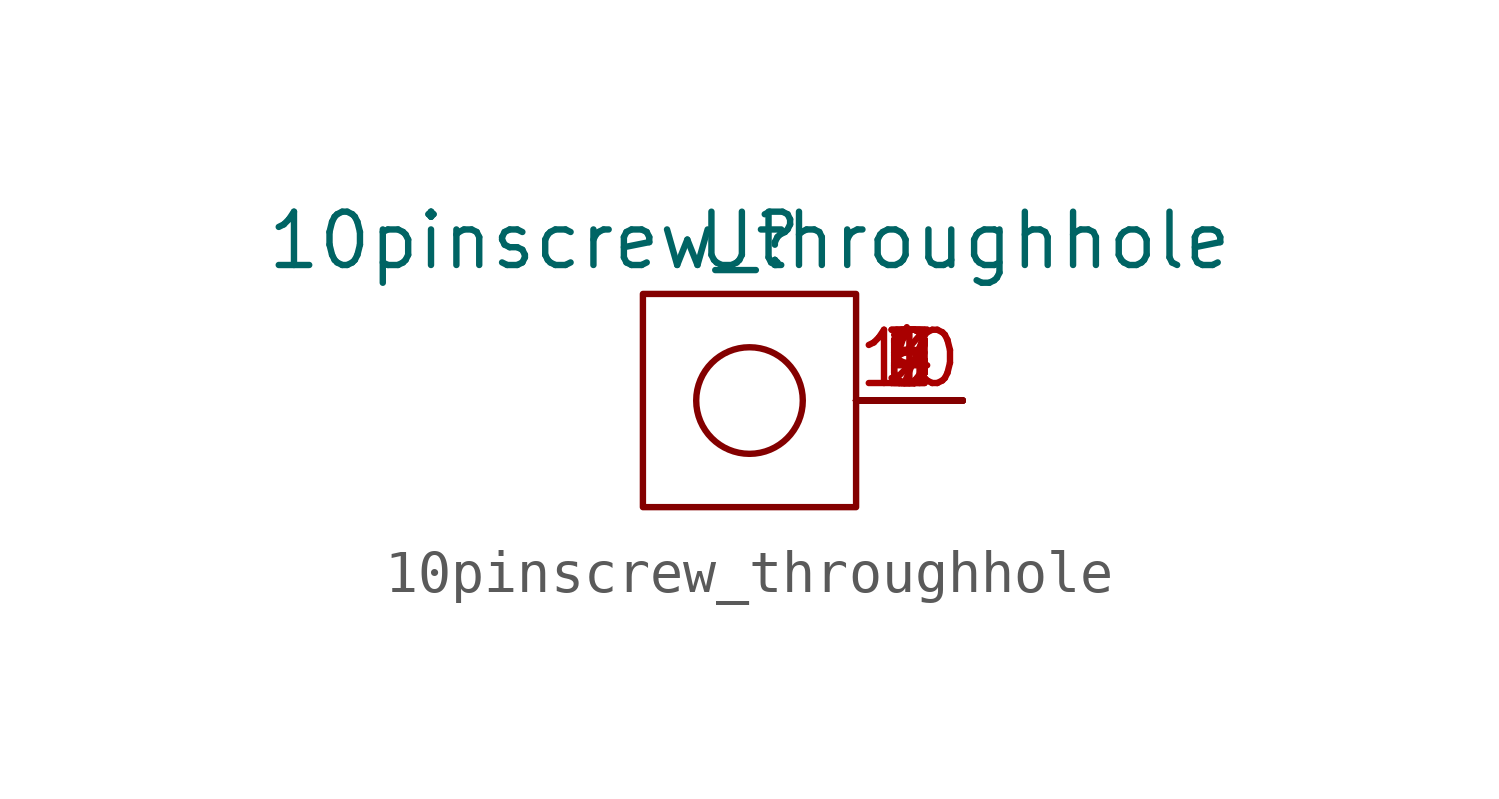
<source format=kicad_sym>
(kicad_symbol_lib
  (version 20220914)
  (generator kicad_symbol_editor)
  (symbol "10pinscrew_throughhole"
    (property "Reference" "U"
      (at 0 0 0)
      (effects (font (size 1.27 1.27))))
    (property "Value" "10pinscrew_throughhole"
      (at 0 0 0)
      (effects (font (size 1.27 1.27))))
    (symbol "10pinscrew_throughhole_0_0"
      (pin unspecified line (at 5.08 -3.81 180) (length 2.54) (name "" (effects (font (size 1.27 1.27)))) (number "1" (effects (font (size 1.27 1.27)))))
      (pin unspecified line (at 5.08 -3.81 180) (length 2.54) (name "" (effects (font (size 1.27 1.27)))) (number "2" (effects (font (size 1.27 1.27)))))
      (pin unspecified line (at 5.08 -3.81 180) (length 2.54) (name "" (effects (font (size 1.27 1.27)))) (number "3" (effects (font (size 1.27 1.27)))))
      (pin unspecified line (at 5.08 -3.81 180) (length 2.54) (name "" (effects (font (size 1.27 1.27)))) (number "4" (effects (font (size 1.27 1.27)))))
      (pin unspecified line (at 5.08 -3.81 180) (length 2.54) (name "" (effects (font (size 1.27 1.27)))) (number "5" (effects (font (size 1.27 1.27)))))
      (pin unspecified line (at 5.08 -3.81 180) (length 2.54) (name "" (effects (font (size 1.27 1.27)))) (number "6" (effects (font (size 1.27 1.27)))))
      (pin unspecified line (at 5.08 -3.81 180) (length 2.54) (name "" (effects (font (size 1.27 1.27)))) (number "7" (effects (font (size 1.27 1.27)))))
      (pin unspecified line (at 5.08 -3.81 180) (length 2.54) (name "" (effects (font (size 1.27 1.27)))) (number "8" (effects (font (size 1.27 1.27)))))
      (pin unspecified line (at 5.08 -3.81 180) (length 2.54) (name "" (effects (font (size 1.27 1.27)))) (number "9" (effects (font (size 1.27 1.27))))))
    (symbol "10pinscrew_throughhole_0_1"
      (rectangle (start -2.54 -1.27) (end 2.54 -6.35) (stroke (width 0) (type default)) (fill (type none)))
      (circle (center 0 -3.81) (radius 1.27) (stroke (width 0) (type default)) (fill (type none))))
    (symbol "10pinscrew_throughhole_1_0"
      (pin unspecified line (at 5.08 -3.81 180) (length 2.54) (name "" (effects (font (size 1.27 1.27)))) (number "10" (effects (font (size 1.27 1.27))))))))
</source>
